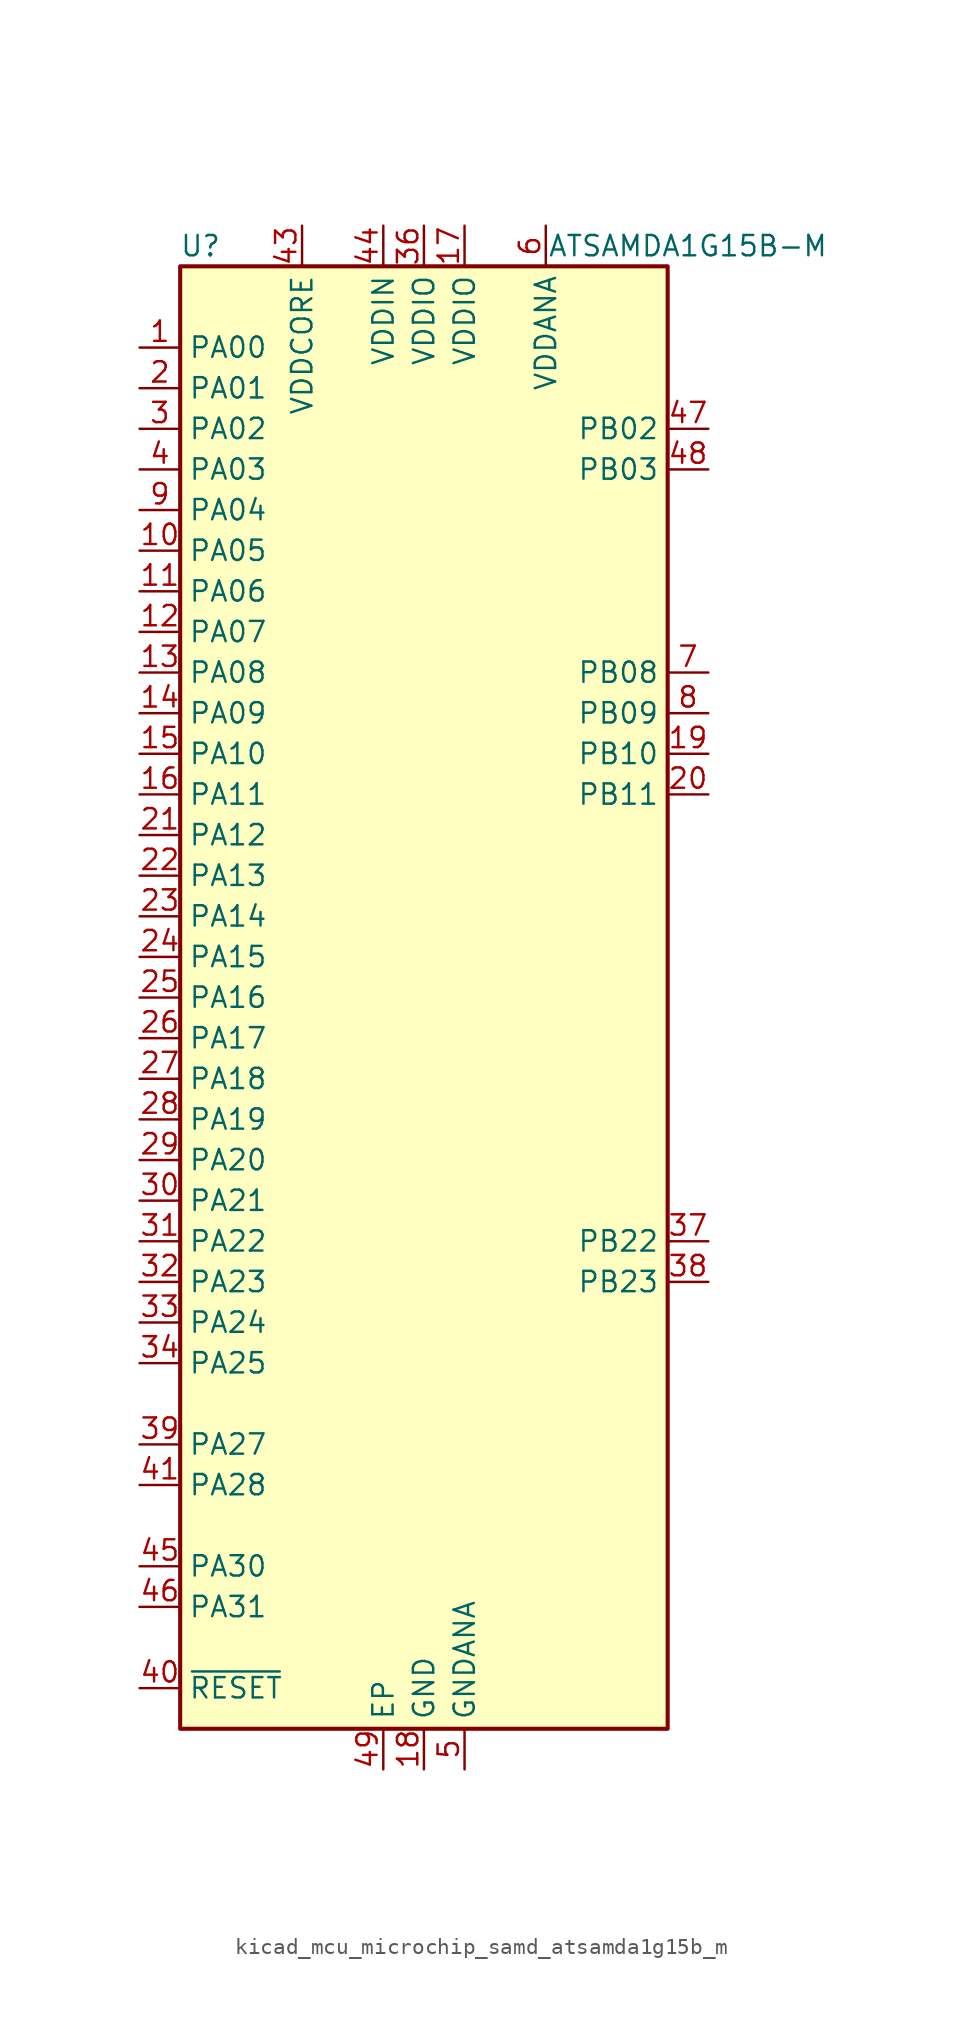
<source format=kicad_sym>
(kicad_symbol_lib
  (version 20220914)
  (generator kicad_symbol_editor)
  (symbol "kicad_mcu_microchip_samd_atsamda1g15b_m"
    (property "Reference" "U"
      (at -13.97 46.99 0)
      (effects (font (size 1.27 1.27))))
    (property "Value" "ATSAMDA1G15B-M"
      (at 16.51 46.99 0)
      (effects (font (size 1.27 1.27))))
    (symbol "kicad_mcu_microchip_samd_atsamda1g15b_m_0_1"
      (rectangle (start -15.24 45.72) (end 15.24 -45.72) (stroke (width 0.254) (type default)) (fill (type background))))
    (symbol "kicad_mcu_microchip_samd_atsamda1g15b_m_1_1"
      (pin bidirectional line (at -17.78 40.64 0) (length 2.54) (name "PA00" (effects (font (size 1.27 1.27)))) (number "1" (effects (font (size 1.27 1.27)))))
      (pin bidirectional line (at -17.78 27.94 0) (length 2.54) (name "PA05" (effects (font (size 1.27 1.27)))) (number "10" (effects (font (size 1.27 1.27)))))
      (pin bidirectional line (at -17.78 25.4 0) (length 2.54) (name "PA06" (effects (font (size 1.27 1.27)))) (number "11" (effects (font (size 1.27 1.27)))))
      (pin bidirectional line (at -17.78 22.86 0) (length 2.54) (name "PA07" (effects (font (size 1.27 1.27)))) (number "12" (effects (font (size 1.27 1.27)))))
      (pin bidirectional line (at -17.78 20.32 0) (length 2.54) (name "PA08" (effects (font (size 1.27 1.27)))) (number "13" (effects (font (size 1.27 1.27)))))
      (pin bidirectional line (at -17.78 17.78 0) (length 2.54) (name "PA09" (effects (font (size 1.27 1.27)))) (number "14" (effects (font (size 1.27 1.27)))))
      (pin bidirectional line (at -17.78 15.24 0) (length 2.54) (name "PA10" (effects (font (size 1.27 1.27)))) (number "15" (effects (font (size 1.27 1.27)))))
      (pin bidirectional line (at -17.78 12.7 0) (length 2.54) (name "PA11" (effects (font (size 1.27 1.27)))) (number "16" (effects (font (size 1.27 1.27)))))
      (pin power_in line (at 2.54 48.26 270) (length 2.54) (name "VDDIO" (effects (font (size 1.27 1.27)))) (number "17" (effects (font (size 1.27 1.27)))))
      (pin power_in line (at 0 -48.26 90) (length 2.54) (name "GND" (effects (font (size 1.27 1.27)))) (number "18" (effects (font (size 1.27 1.27)))))
      (pin bidirectional line (at 17.78 15.24 180) (length 2.54) (name "PB10" (effects (font (size 1.27 1.27)))) (number "19" (effects (font (size 1.27 1.27)))))
      (pin bidirectional line (at -17.78 38.1 0) (length 2.54) (name "PA01" (effects (font (size 1.27 1.27)))) (number "2" (effects (font (size 1.27 1.27)))))
      (pin bidirectional line (at 17.78 12.7 180) (length 2.54) (name "PB11" (effects (font (size 1.27 1.27)))) (number "20" (effects (font (size 1.27 1.27)))))
      (pin bidirectional line (at -17.78 10.16 0) (length 2.54) (name "PA12" (effects (font (size 1.27 1.27)))) (number "21" (effects (font (size 1.27 1.27)))))
      (pin bidirectional line (at -17.78 7.62 0) (length 2.54) (name "PA13" (effects (font (size 1.27 1.27)))) (number "22" (effects (font (size 1.27 1.27)))))
      (pin bidirectional line (at -17.78 5.08 0) (length 2.54) (name "PA14" (effects (font (size 1.27 1.27)))) (number "23" (effects (font (size 1.27 1.27)))))
      (pin bidirectional line (at -17.78 2.54 0) (length 2.54) (name "PA15" (effects (font (size 1.27 1.27)))) (number "24" (effects (font (size 1.27 1.27)))))
      (pin bidirectional line (at -17.78 0 0) (length 2.54) (name "PA16" (effects (font (size 1.27 1.27)))) (number "25" (effects (font (size 1.27 1.27)))))
      (pin bidirectional line (at -17.78 -2.54 0) (length 2.54) (name "PA17" (effects (font (size 1.27 1.27)))) (number "26" (effects (font (size 1.27 1.27)))))
      (pin bidirectional line (at -17.78 -5.08 0) (length 2.54) (name "PA18" (effects (font (size 1.27 1.27)))) (number "27" (effects (font (size 1.27 1.27)))))
      (pin bidirectional line (at -17.78 -7.62 0) (length 2.54) (name "PA19" (effects (font (size 1.27 1.27)))) (number "28" (effects (font (size 1.27 1.27)))))
      (pin bidirectional line (at -17.78 -10.16 0) (length 2.54) (name "PA20" (effects (font (size 1.27 1.27)))) (number "29" (effects (font (size 1.27 1.27)))))
      (pin bidirectional line (at -17.78 35.56 0) (length 2.54) (name "PA02" (effects (font (size 1.27 1.27)))) (number "3" (effects (font (size 1.27 1.27)))))
      (pin bidirectional line (at -17.78 -12.7 0) (length 2.54) (name "PA21" (effects (font (size 1.27 1.27)))) (number "30" (effects (font (size 1.27 1.27)))))
      (pin bidirectional line (at -17.78 -15.24 0) (length 2.54) (name "PA22" (effects (font (size 1.27 1.27)))) (number "31" (effects (font (size 1.27 1.27)))))
      (pin bidirectional line (at -17.78 -17.78 0) (length 2.54) (name "PA23" (effects (font (size 1.27 1.27)))) (number "32" (effects (font (size 1.27 1.27)))))
      (pin bidirectional line (at -17.78 -20.32 0) (length 2.54) (name "PA24" (effects (font (size 1.27 1.27)))) (number "33" (effects (font (size 1.27 1.27)))))
      (pin bidirectional line (at -17.78 -22.86 0) (length 2.54) (name "PA25" (effects (font (size 1.27 1.27)))) (number "34" (effects (font (size 1.27 1.27)))))
      (pin passive line (at 0 -48.26 90) (length 2.54) hide (name "GND" (effects (font (size 1.27 1.27)))) (number "35" (effects (font (size 1.27 1.27)))))
      (pin power_in line (at 0 48.26 270) (length 2.54) (name "VDDIO" (effects (font (size 1.27 1.27)))) (number "36" (effects (font (size 1.27 1.27)))))
      (pin bidirectional line (at 17.78 -15.24 180) (length 2.54) (name "PB22" (effects (font (size 1.27 1.27)))) (number "37" (effects (font (size 1.27 1.27)))))
      (pin bidirectional line (at 17.78 -17.78 180) (length 2.54) (name "PB23" (effects (font (size 1.27 1.27)))) (number "38" (effects (font (size 1.27 1.27)))))
      (pin bidirectional line (at -17.78 -27.94 0) (length 2.54) (name "PA27" (effects (font (size 1.27 1.27)))) (number "39" (effects (font (size 1.27 1.27)))))
      (pin bidirectional line (at -17.78 33.02 0) (length 2.54) (name "PA03" (effects (font (size 1.27 1.27)))) (number "4" (effects (font (size 1.27 1.27)))))
      (pin input line (at -17.78 -43.18 0) (length 2.54) (name "~{RESET}" (effects (font (size 1.27 1.27)))) (number "40" (effects (font (size 1.27 1.27)))))
      (pin bidirectional line (at -17.78 -30.48 0) (length 2.54) (name "PA28" (effects (font (size 1.27 1.27)))) (number "41" (effects (font (size 1.27 1.27)))))
      (pin passive line (at 0 -48.26 90) (length 2.54) hide (name "GND" (effects (font (size 1.27 1.27)))) (number "42" (effects (font (size 1.27 1.27)))))
      (pin power_out line (at -7.62 48.26 270) (length 2.54) (name "VDDCORE" (effects (font (size 1.27 1.27)))) (number "43" (effects (font (size 1.27 1.27)))))
      (pin power_in line (at -2.54 48.26 270) (length 2.54) (name "VDDIN" (effects (font (size 1.27 1.27)))) (number "44" (effects (font (size 1.27 1.27)))))
      (pin bidirectional line (at -17.78 -35.56 0) (length 2.54) (name "PA30" (effects (font (size 1.27 1.27)))) (number "45" (effects (font (size 1.27 1.27)))))
      (pin bidirectional line (at -17.78 -38.1 0) (length 2.54) (name "PA31" (effects (font (size 1.27 1.27)))) (number "46" (effects (font (size 1.27 1.27)))))
      (pin bidirectional line (at 17.78 35.56 180) (length 2.54) (name "PB02" (effects (font (size 1.27 1.27)))) (number "47" (effects (font (size 1.27 1.27)))))
      (pin bidirectional line (at 17.78 33.02 180) (length 2.54) (name "PB03" (effects (font (size 1.27 1.27)))) (number "48" (effects (font (size 1.27 1.27)))))
      (pin passive line (at -2.54 -48.26 90) (length 2.54) (name "EP" (effects (font (size 1.27 1.27)))) (number "49" (effects (font (size 1.27 1.27)))))
      (pin power_in line (at 2.54 -48.26 90) (length 2.54) (name "GNDANA" (effects (font (size 1.27 1.27)))) (number "5" (effects (font (size 1.27 1.27)))))
      (pin power_in line (at 7.62 48.26 270) (length 2.54) (name "VDDANA" (effects (font (size 1.27 1.27)))) (number "6" (effects (font (size 1.27 1.27)))))
      (pin bidirectional line (at 17.78 20.32 180) (length 2.54) (name "PB08" (effects (font (size 1.27 1.27)))) (number "7" (effects (font (size 1.27 1.27)))))
      (pin bidirectional line (at 17.78 17.78 180) (length 2.54) (name "PB09" (effects (font (size 1.27 1.27)))) (number "8" (effects (font (size 1.27 1.27)))))
      (pin bidirectional line (at -17.78 30.48 0) (length 2.54) (name "PA04" (effects (font (size 1.27 1.27)))) (number "9" (effects (font (size 1.27 1.27))))))))
</source>
